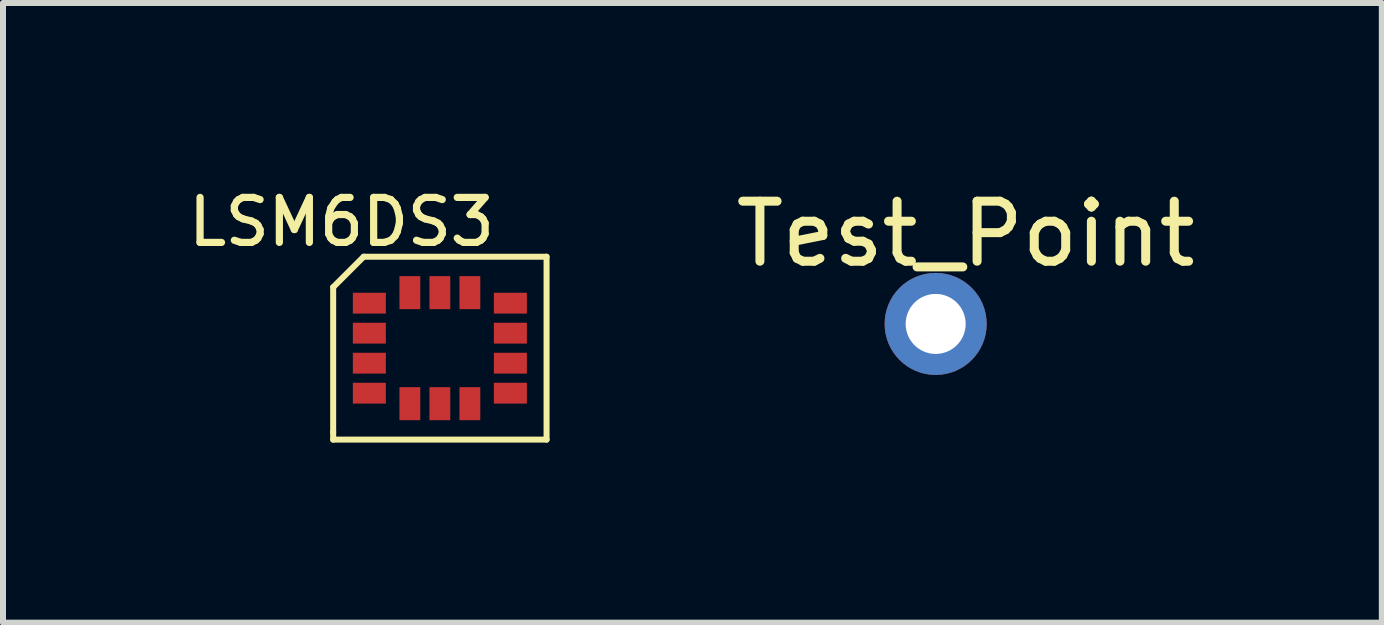
<source format=kicad_pcb>
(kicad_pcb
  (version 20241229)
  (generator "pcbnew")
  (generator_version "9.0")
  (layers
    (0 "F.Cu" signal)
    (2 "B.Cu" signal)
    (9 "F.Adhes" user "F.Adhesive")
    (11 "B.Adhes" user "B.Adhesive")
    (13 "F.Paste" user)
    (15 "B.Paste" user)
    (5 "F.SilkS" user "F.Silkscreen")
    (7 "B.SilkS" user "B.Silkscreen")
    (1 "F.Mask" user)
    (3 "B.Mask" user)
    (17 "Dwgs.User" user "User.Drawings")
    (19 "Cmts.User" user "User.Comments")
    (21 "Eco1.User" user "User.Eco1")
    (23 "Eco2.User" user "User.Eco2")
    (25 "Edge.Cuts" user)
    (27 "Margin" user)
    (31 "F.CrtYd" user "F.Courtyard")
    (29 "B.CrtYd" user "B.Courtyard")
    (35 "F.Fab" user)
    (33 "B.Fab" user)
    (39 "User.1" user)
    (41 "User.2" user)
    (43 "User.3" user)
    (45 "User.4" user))
  (footprint "Test_Point"
    (layer "F.Cu")
    (at 12.542 2.348)
    (property "Reference" "Test_Point" (at 0.5 -1.5 0) (layer "F.SilkS") (effects (font (size 1 1) (thickness 0.15))))
    (attr through_hole)
    (pad "1" thru_hole circle (at 0 0) (size 1.7 1.7) (drill 1) (layers "*.Cu" "*.Mask")))
  (footprint "LSM6DS3"
    (layer "F.Cu")
    (at 4.28 2.752)
    (property "Reference" "LSM6DS3" (at -1.639 -2.103 0) (layer "F.SilkS") (effects (font (size 0.75 0.75) (thickness 0.12))))
    (attr through_hole)
    (fp_line (start -1.778 -1.016) (end -1.27 -1.524) (stroke (width 0.1) (type solid)) (layer "F.SilkS"))
    (fp_line (start -1.778 1.397) (end -1.778 -1.016) (stroke (width 0.1) (type solid)) (layer "F.SilkS"))
    (fp_line (start -1.778 1.524) (end -1.778 1.397) (stroke (width 0.1) (type solid)) (layer "F.SilkS"))
    (fp_line (start -1.27 -1.524) (end 1.778 -1.524) (stroke (width 0.1) (type solid)) (layer "F.SilkS"))
    (fp_line (start 1.778 -1.524) (end 1.778 1.524) (stroke (width 0.1) (type solid)) (layer "F.SilkS"))
    (fp_line (start 1.778 1.524) (end -1.778 1.524) (stroke (width 0.1) (type solid)) (layer "F.SilkS"))
    (pad "1" smd rect (at -1.175 -0.75) (size 0.55 0.347) (layers "F.Cu" "F.Mask" "F.Paste"))
    (pad "2" smd rect (at -1.175 -0.25) (size 0.55 0.347) (layers "F.Cu" "F.Mask" "F.Paste"))
    (pad "3" smd rect (at -1.175 0.25) (size 0.55 0.347) (layers "F.Cu" "F.Mask" "F.Paste"))
    (pad "4" smd rect (at -1.175 0.75) (size 0.55 0.347) (layers "F.Cu" "F.Mask" "F.Paste"))
    (pad "5" smd rect (at -0.5 0.925) (size 0.347 0.55) (layers "F.Cu" "F.Mask" "F.Paste"))
    (pad "6" smd rect (at 0 0.925) (size 0.347 0.55) (layers "F.Cu" "F.Mask" "F.Paste"))
    (pad "7" smd rect (at 0.5 0.925) (size 0.347 0.55) (layers "F.Cu" "F.Mask" "F.Paste"))
    (pad "8" smd rect (at 1.175 0.75) (size 0.55 0.347) (layers "F.Cu" "F.Mask" "F.Paste"))
    (pad "9" smd rect (at 1.175 0.25) (size 0.55 0.347) (layers "F.Cu" "F.Mask" "F.Paste"))
    (pad "10" smd rect (at 1.175 -0.25) (size 0.55 0.347) (layers "F.Cu" "F.Mask" "F.Paste"))
    (pad "11" smd rect (at 1.175 -0.75) (size 0.55 0.347) (layers "F.Cu" "F.Mask" "F.Paste"))
    (pad "12" smd rect (at 0.5 -0.925) (size 0.347 0.55) (layers "F.Cu" "F.Mask" "F.Paste"))
    (pad "13" smd rect (at 0 -0.925) (size 0.347 0.55) (layers "F.Cu" "F.Mask" "F.Paste"))
    (pad "14" smd rect (at -0.5 -0.925) (size 0.347 0.55) (layers "F.Cu" "F.Mask" "F.Paste")))
  (gr_rect
    (start -3 -3)
    (end 19.977 7.326)
    (stroke (width 0.1) (type default))
    (fill no)
    (layer "Edge.Cuts")))
</source>
